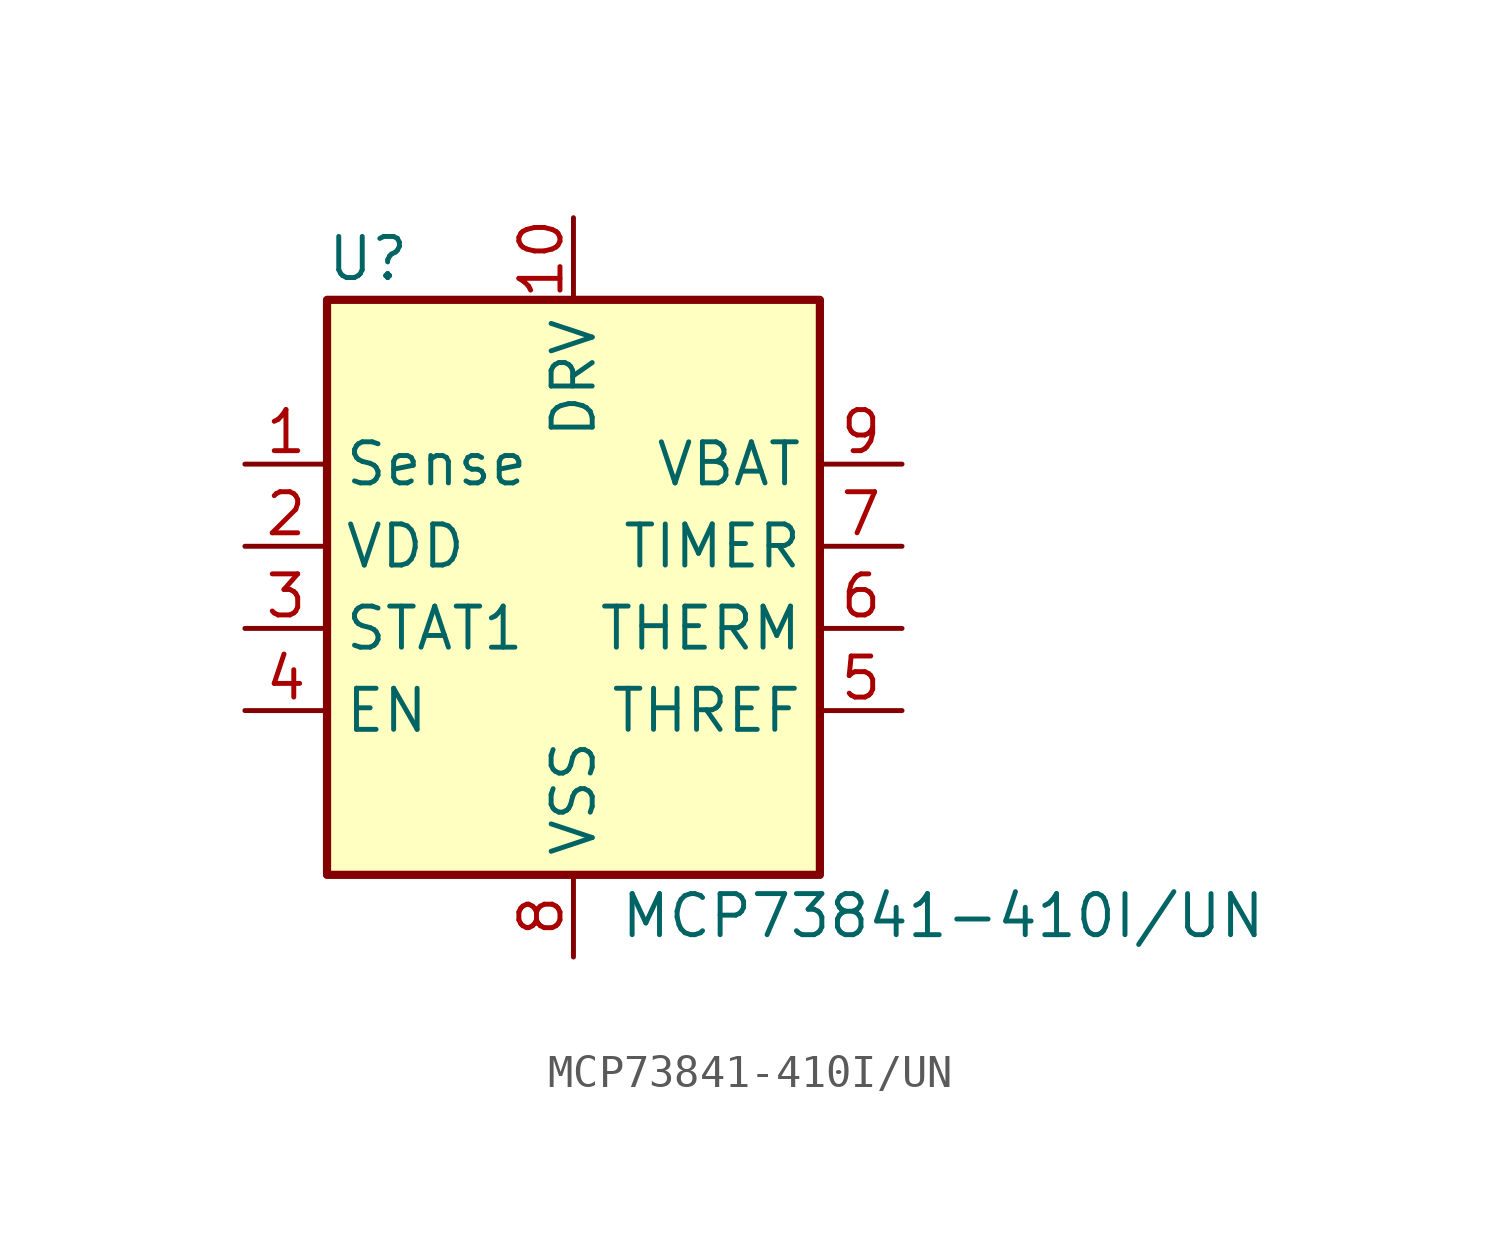
<source format=kicad_sym>
(kicad_symbol_lib
  (version 20220914)
  (generator kicad_symbol_editor)
  (symbol "MCP73841-410I/UN"
    (property "Reference" "U"
      (at -6.35 8.89 0)
      (effects (font (size 1.27 1.27))))
    (property "Value" "MCP73841-410I/UN"
      (at 11.43 -11.43 0)
      (effects (font (size 1.27 1.27))))
    (symbol "MCP73841-410I/UN_0_1"
      (rectangle (start -7.62 7.62) (end 7.62 -10.16) (stroke (width 0.254) (type default)) (fill (type background))))
    (symbol "MCP73841-410I/UN_1_1"
      (pin input line (at -10.16 2.54 0) (length 2.54) (name "Sense" (effects (font (size 1.27 1.27)))) (number "1" (effects (font (size 1.27 1.27)))))
      (pin output line (at 0 10.16 270) (length 2.54) (name "DRV" (effects (font (size 1.27 1.27)))) (number "10" (effects (font (size 1.27 1.27)))))
      (pin power_in line (at -10.16 0 0) (length 2.54) (name "VDD" (effects (font (size 1.27 1.27)))) (number "2" (effects (font (size 1.27 1.27)))))
      (pin open_collector line (at -10.16 -2.54 0) (length 2.54) (name "STAT1" (effects (font (size 1.27 1.27)))) (number "3" (effects (font (size 1.27 1.27)))))
      (pin input line (at -10.16 -5.08 0) (length 2.54) (name "EN" (effects (font (size 1.27 1.27)))) (number "4" (effects (font (size 1.27 1.27)))))
      (pin input line (at 10.16 -5.08 180) (length 2.54) (name "THREF" (effects (font (size 1.27 1.27)))) (number "5" (effects (font (size 1.27 1.27)))))
      (pin input line (at 10.16 -2.54 180) (length 2.54) (name "THERM" (effects (font (size 1.27 1.27)))) (number "6" (effects (font (size 1.27 1.27)))))
      (pin bidirectional line (at 10.16 0 180) (length 2.54) (name "TIMER" (effects (font (size 1.27 1.27)))) (number "7" (effects (font (size 1.27 1.27)))))
      (pin power_in line (at 0 -12.7 90) (length 2.54) (name "VSS" (effects (font (size 1.27 1.27)))) (number "8" (effects (font (size 1.27 1.27)))))
      (pin input line (at 10.16 2.54 180) (length 2.54) (name "VBAT" (effects (font (size 1.27 1.27)))) (number "9" (effects (font (size 1.27 1.27))))))))
</source>
